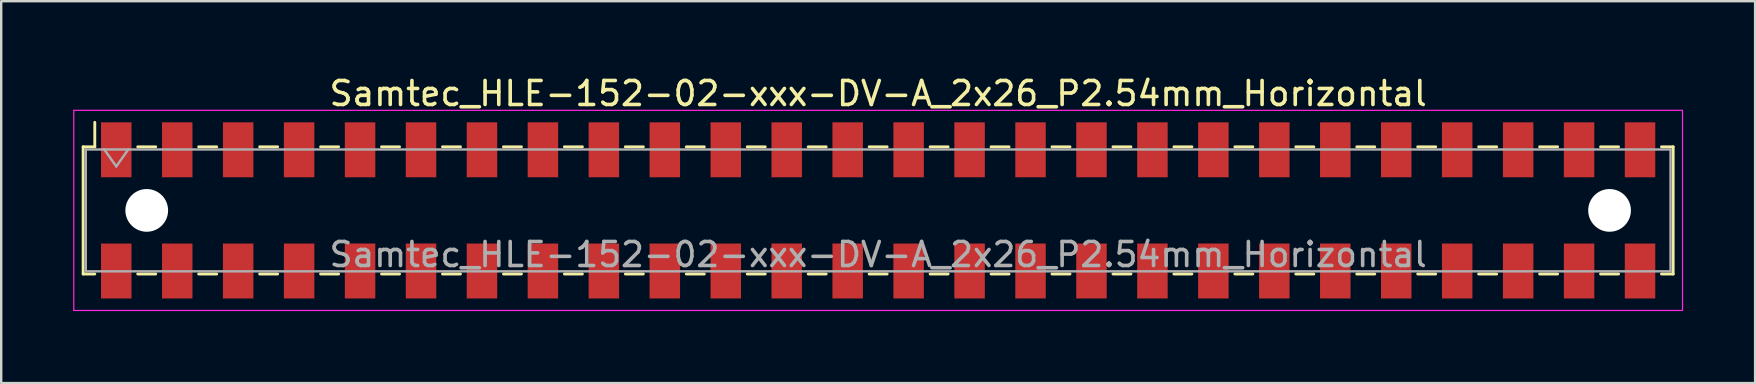
<source format=kicad_pcb>
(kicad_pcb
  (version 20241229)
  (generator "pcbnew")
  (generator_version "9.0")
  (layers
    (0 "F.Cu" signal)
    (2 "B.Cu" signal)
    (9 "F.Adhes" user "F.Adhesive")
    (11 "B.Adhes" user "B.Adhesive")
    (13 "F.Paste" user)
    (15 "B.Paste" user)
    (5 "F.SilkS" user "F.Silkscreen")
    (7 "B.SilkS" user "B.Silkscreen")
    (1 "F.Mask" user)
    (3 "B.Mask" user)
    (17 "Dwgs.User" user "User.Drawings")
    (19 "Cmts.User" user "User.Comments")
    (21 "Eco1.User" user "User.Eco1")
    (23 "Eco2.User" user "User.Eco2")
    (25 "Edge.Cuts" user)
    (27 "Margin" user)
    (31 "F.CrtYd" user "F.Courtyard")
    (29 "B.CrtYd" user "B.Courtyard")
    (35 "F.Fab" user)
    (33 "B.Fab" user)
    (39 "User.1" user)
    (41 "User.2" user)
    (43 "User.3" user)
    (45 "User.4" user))
  (footprint "Samtec_HLE-152-02-xxx-DV-A_2x26_P2.54mm_Horizontal"
    (layer "F.Cu")
    (at 33.545 5.718)
    (property "Reference" "Samtec_HLE-152-02-xxx-DV-A_2x26_P2.54mm_Horizontal" (at 0 -4.87 0) (layer "F.SilkS") (effects (font (size 1 1) (thickness 0.15))))
    (attr smd)
    (fp_line (start -33.13 -2.65) (end -33.13 2.65) (stroke (width 0.12) (type solid)) (layer "F.SilkS"))
    (fp_line (start -33.13 2.65) (end -32.645 2.65) (stroke (width 0.12) (type solid)) (layer "F.SilkS"))
    (fp_line (start -32.645 -3.67) (end -32.645 -2.65) (stroke (width 0.12) (type solid)) (layer "F.SilkS"))
    (fp_line (start -32.645 -2.65) (end -33.13 -2.65) (stroke (width 0.12) (type solid)) (layer "F.SilkS"))
    (fp_line (start -30.855 -2.65) (end -30.105 -2.65) (stroke (width 0.12) (type solid)) (layer "F.SilkS"))
    (fp_line (start -30.855 2.65) (end -30.105 2.65) (stroke (width 0.12) (type solid)) (layer "F.SilkS"))
    (fp_line (start -28.315 -2.65) (end -27.565 -2.65) (stroke (width 0.12) (type solid)) (layer "F.SilkS"))
    (fp_line (start -28.315 2.65) (end -27.565 2.65) (stroke (width 0.12) (type solid)) (layer "F.SilkS"))
    (fp_line (start -25.775 -2.65) (end -25.025 -2.65) (stroke (width 0.12) (type solid)) (layer "F.SilkS"))
    (fp_line (start -25.775 2.65) (end -25.025 2.65) (stroke (width 0.12) (type solid)) (layer "F.SilkS"))
    (fp_line (start -23.235 -2.65) (end -22.485 -2.65) (stroke (width 0.12) (type solid)) (layer "F.SilkS"))
    (fp_line (start -23.235 2.65) (end -22.485 2.65) (stroke (width 0.12) (type solid)) (layer "F.SilkS"))
    (fp_line (start -20.695 -2.65) (end -19.945 -2.65) (stroke (width 0.12) (type solid)) (layer "F.SilkS"))
    (fp_line (start -20.695 2.65) (end -19.945 2.65) (stroke (width 0.12) (type solid)) (layer "F.SilkS"))
    (fp_line (start -18.155 -2.65) (end -17.405 -2.65) (stroke (width 0.12) (type solid)) (layer "F.SilkS"))
    (fp_line (start -18.155 2.65) (end -17.405 2.65) (stroke (width 0.12) (type solid)) (layer "F.SilkS"))
    (fp_line (start -15.615 -2.65) (end -14.865 -2.65) (stroke (width 0.12) (type solid)) (layer "F.SilkS"))
    (fp_line (start -15.615 2.65) (end -14.865 2.65) (stroke (width 0.12) (type solid)) (layer "F.SilkS"))
    (fp_line (start -13.075 -2.65) (end -12.325 -2.65) (stroke (width 0.12) (type solid)) (layer "F.SilkS"))
    (fp_line (start -13.075 2.65) (end -12.325 2.65) (stroke (width 0.12) (type solid)) (layer "F.SilkS"))
    (fp_line (start -10.535 -2.65) (end -9.785 -2.65) (stroke (width 0.12) (type solid)) (layer "F.SilkS"))
    (fp_line (start -10.535 2.65) (end -9.785 2.65) (stroke (width 0.12) (type solid)) (layer "F.SilkS"))
    (fp_line (start -7.995 -2.65) (end -7.245 -2.65) (stroke (width 0.12) (type solid)) (layer "F.SilkS"))
    (fp_line (start -7.995 2.65) (end -7.245 2.65) (stroke (width 0.12) (type solid)) (layer "F.SilkS"))
    (fp_line (start -5.455 -2.65) (end -4.705 -2.65) (stroke (width 0.12) (type solid)) (layer "F.SilkS"))
    (fp_line (start -5.455 2.65) (end -4.705 2.65) (stroke (width 0.12) (type solid)) (layer "F.SilkS"))
    (fp_line (start -2.915 -2.65) (end -2.165 -2.65) (stroke (width 0.12) (type solid)) (layer "F.SilkS"))
    (fp_line (start -2.915 2.65) (end -2.165 2.65) (stroke (width 0.12) (type solid)) (layer "F.SilkS"))
    (fp_line (start -0.375 -2.65) (end 0.375 -2.65) (stroke (width 0.12) (type solid)) (layer "F.SilkS"))
    (fp_line (start -0.375 2.65) (end 0.375 2.65) (stroke (width 0.12) (type solid)) (layer "F.SilkS"))
    (fp_line (start 2.165 -2.65) (end 2.915 -2.65) (stroke (width 0.12) (type solid)) (layer "F.SilkS"))
    (fp_line (start 2.165 2.65) (end 2.915 2.65) (stroke (width 0.12) (type solid)) (layer "F.SilkS"))
    (fp_line (start 4.705 -2.65) (end 5.455 -2.65) (stroke (width 0.12) (type solid)) (layer "F.SilkS"))
    (fp_line (start 4.705 2.65) (end 5.455 2.65) (stroke (width 0.12) (type solid)) (layer "F.SilkS"))
    (fp_line (start 7.245 -2.65) (end 7.995 -2.65) (stroke (width 0.12) (type solid)) (layer "F.SilkS"))
    (fp_line (start 7.245 2.65) (end 7.995 2.65) (stroke (width 0.12) (type solid)) (layer "F.SilkS"))
    (fp_line (start 9.785 -2.65) (end 10.535 -2.65) (stroke (width 0.12) (type solid)) (layer "F.SilkS"))
    (fp_line (start 9.785 2.65) (end 10.535 2.65) (stroke (width 0.12) (type solid)) (layer "F.SilkS"))
    (fp_line (start 12.325 -2.65) (end 13.075 -2.65) (stroke (width 0.12) (type solid)) (layer "F.SilkS"))
    (fp_line (start 12.325 2.65) (end 13.075 2.65) (stroke (width 0.12) (type solid)) (layer "F.SilkS"))
    (fp_line (start 14.865 -2.65) (end 15.615 -2.65) (stroke (width 0.12) (type solid)) (layer "F.SilkS"))
    (fp_line (start 14.865 2.65) (end 15.615 2.65) (stroke (width 0.12) (type solid)) (layer "F.SilkS"))
    (fp_line (start 17.405 -2.65) (end 18.155 -2.65) (stroke (width 0.12) (type solid)) (layer "F.SilkS"))
    (fp_line (start 17.405 2.65) (end 18.155 2.65) (stroke (width 0.12) (type solid)) (layer "F.SilkS"))
    (fp_line (start 19.945 -2.65) (end 20.695 -2.65) (stroke (width 0.12) (type solid)) (layer "F.SilkS"))
    (fp_line (start 19.945 2.65) (end 20.695 2.65) (stroke (width 0.12) (type solid)) (layer "F.SilkS"))
    (fp_line (start 22.485 -2.65) (end 23.235 -2.65) (stroke (width 0.12) (type solid)) (layer "F.SilkS"))
    (fp_line (start 22.485 2.65) (end 23.235 2.65) (stroke (width 0.12) (type solid)) (layer "F.SilkS"))
    (fp_line (start 25.025 -2.65) (end 25.775 -2.65) (stroke (width 0.12) (type solid)) (layer "F.SilkS"))
    (fp_line (start 25.025 2.65) (end 25.775 2.65) (stroke (width 0.12) (type solid)) (layer "F.SilkS"))
    (fp_line (start 27.565 -2.65) (end 28.315 -2.65) (stroke (width 0.12) (type solid)) (layer "F.SilkS"))
    (fp_line (start 27.565 2.65) (end 28.315 2.65) (stroke (width 0.12) (type solid)) (layer "F.SilkS"))
    (fp_line (start 30.105 -2.65) (end 30.855 -2.65) (stroke (width 0.12) (type solid)) (layer "F.SilkS"))
    (fp_line (start 30.105 2.65) (end 30.855 2.65) (stroke (width 0.12) (type solid)) (layer "F.SilkS"))
    (fp_line (start 32.645 -2.65) (end 33.13 -2.65) (stroke (width 0.12) (type solid)) (layer "F.SilkS"))
    (fp_line (start 33.13 -2.65) (end 33.13 2.65) (stroke (width 0.12) (type solid)) (layer "F.SilkS"))
    (fp_line (start 33.13 2.65) (end 32.645 2.65) (stroke (width 0.12) (type solid)) (layer "F.SilkS"))
    (fp_line (start -33.52 -4.17) (end 33.52 -4.17) (stroke (width 0.05) (type solid)) (layer "F.CrtYd"))
    (fp_line (start -33.52 4.17) (end -33.52 -4.17) (stroke (width 0.05) (type solid)) (layer "F.CrtYd"))
    (fp_line (start 33.52 -4.17) (end 33.52 4.17) (stroke (width 0.05) (type solid)) (layer "F.CrtYd"))
    (fp_line (start 33.52 4.17) (end -33.52 4.17) (stroke (width 0.05) (type solid)) (layer "F.CrtYd"))
    (fp_line (start -33.02 -2.54) (end 33.02 -2.54) (stroke (width 0.1) (type solid)) (layer "F.Fab"))
    (fp_line (start -33.02 2.54) (end -33.02 -2.54) (stroke (width 0.1) (type solid)) (layer "F.Fab"))
    (fp_line (start -32.25 -2.54) (end -31.75 -1.833) (stroke (width 0.1) (type solid)) (layer "F.Fab"))
    (fp_line (start -31.75 -1.833) (end -31.25 -2.54) (stroke (width 0.1) (type solid)) (layer "F.Fab"))
    (fp_line (start 33.02 -2.54) (end 33.02 2.54) (stroke (width 0.1) (type solid)) (layer "F.Fab"))
    (fp_line (start 33.02 2.54) (end -33.02 2.54) (stroke (width 0.1) (type solid)) (layer "F.Fab"))
    (fp_text user "${REFERENCE}" (at 0 1.84 0) (layer "F.Fab") (effects (font (size 1 1) (thickness 0.15))))
    (pad "" np_thru_hole circle (at -30.48 0) (size 1.78 1.78) (drill 1.78) (layers "*.Cu" "*.Mask"))
    (pad "" np_thru_hole circle (at 30.48 0) (size 1.78 1.78) (drill 1.78) (layers "*.Cu" "*.Mask"))
    (pad "1" smd rect (at -31.75 -2.525) (size 1.27 2.29) (layers "F.Cu" "F.Mask" "F.Paste"))
    (pad "2" smd rect (at -31.75 2.525) (size 1.27 2.29) (layers "F.Cu" "F.Mask" "F.Paste"))
    (pad "3" smd rect (at -29.21 -2.525) (size 1.27 2.29) (layers "F.Cu" "F.Mask" "F.Paste"))
    (pad "4" smd rect (at -29.21 2.525) (size 1.27 2.29) (layers "F.Cu" "F.Mask" "F.Paste"))
    (pad "5" smd rect (at -26.67 -2.525) (size 1.27 2.29) (layers "F.Cu" "F.Mask" "F.Paste"))
    (pad "6" smd rect (at -26.67 2.525) (size 1.27 2.29) (layers "F.Cu" "F.Mask" "F.Paste"))
    (pad "7" smd rect (at -24.13 -2.525) (size 1.27 2.29) (layers "F.Cu" "F.Mask" "F.Paste"))
    (pad "8" smd rect (at -24.13 2.525) (size 1.27 2.29) (layers "F.Cu" "F.Mask" "F.Paste"))
    (pad "9" smd rect (at -21.59 -2.525) (size 1.27 2.29) (layers "F.Cu" "F.Mask" "F.Paste"))
    (pad "10" smd rect (at -21.59 2.525) (size 1.27 2.29) (layers "F.Cu" "F.Mask" "F.Paste"))
    (pad "11" smd rect (at -19.05 -2.525) (size 1.27 2.29) (layers "F.Cu" "F.Mask" "F.Paste"))
    (pad "12" smd rect (at -19.05 2.525) (size 1.27 2.29) (layers "F.Cu" "F.Mask" "F.Paste"))
    (pad "13" smd rect (at -16.51 -2.525) (size 1.27 2.29) (layers "F.Cu" "F.Mask" "F.Paste"))
    (pad "14" smd rect (at -16.51 2.525) (size 1.27 2.29) (layers "F.Cu" "F.Mask" "F.Paste"))
    (pad "15" smd rect (at -13.97 -2.525) (size 1.27 2.29) (layers "F.Cu" "F.Mask" "F.Paste"))
    (pad "16" smd rect (at -13.97 2.525) (size 1.27 2.29) (layers "F.Cu" "F.Mask" "F.Paste"))
    (pad "17" smd rect (at -11.43 -2.525) (size 1.27 2.29) (layers "F.Cu" "F.Mask" "F.Paste"))
    (pad "18" smd rect (at -11.43 2.525) (size 1.27 2.29) (layers "F.Cu" "F.Mask" "F.Paste"))
    (pad "19" smd rect (at -8.89 -2.525) (size 1.27 2.29) (layers "F.Cu" "F.Mask" "F.Paste"))
    (pad "20" smd rect (at -8.89 2.525) (size 1.27 2.29) (layers "F.Cu" "F.Mask" "F.Paste"))
    (pad "21" smd rect (at -6.35 -2.525) (size 1.27 2.29) (layers "F.Cu" "F.Mask" "F.Paste"))
    (pad "22" smd rect (at -6.35 2.525) (size 1.27 2.29) (layers "F.Cu" "F.Mask" "F.Paste"))
    (pad "23" smd rect (at -3.81 -2.525) (size 1.27 2.29) (layers "F.Cu" "F.Mask" "F.Paste"))
    (pad "24" smd rect (at -3.81 2.525) (size 1.27 2.29) (layers "F.Cu" "F.Mask" "F.Paste"))
    (pad "25" smd rect (at -1.27 -2.525) (size 1.27 2.29) (layers "F.Cu" "F.Mask" "F.Paste"))
    (pad "26" smd rect (at -1.27 2.525) (size 1.27 2.29) (layers "F.Cu" "F.Mask" "F.Paste"))
    (pad "27" smd rect (at 1.27 -2.525) (size 1.27 2.29) (layers "F.Cu" "F.Mask" "F.Paste"))
    (pad "28" smd rect (at 1.27 2.525) (size 1.27 2.29) (layers "F.Cu" "F.Mask" "F.Paste"))
    (pad "29" smd rect (at 3.81 -2.525) (size 1.27 2.29) (layers "F.Cu" "F.Mask" "F.Paste"))
    (pad "30" smd rect (at 3.81 2.525) (size 1.27 2.29) (layers "F.Cu" "F.Mask" "F.Paste"))
    (pad "31" smd rect (at 6.35 -2.525) (size 1.27 2.29) (layers "F.Cu" "F.Mask" "F.Paste"))
    (pad "32" smd rect (at 6.35 2.525) (size 1.27 2.29) (layers "F.Cu" "F.Mask" "F.Paste"))
    (pad "33" smd rect (at 8.89 -2.525) (size 1.27 2.29) (layers "F.Cu" "F.Mask" "F.Paste"))
    (pad "34" smd rect (at 8.89 2.525) (size 1.27 2.29) (layers "F.Cu" "F.Mask" "F.Paste"))
    (pad "35" smd rect (at 11.43 -2.525) (size 1.27 2.29) (layers "F.Cu" "F.Mask" "F.Paste"))
    (pad "36" smd rect (at 11.43 2.525) (size 1.27 2.29) (layers "F.Cu" "F.Mask" "F.Paste"))
    (pad "37" smd rect (at 13.97 -2.525) (size 1.27 2.29) (layers "F.Cu" "F.Mask" "F.Paste"))
    (pad "38" smd rect (at 13.97 2.525) (size 1.27 2.29) (layers "F.Cu" "F.Mask" "F.Paste"))
    (pad "39" smd rect (at 16.51 -2.525) (size 1.27 2.29) (layers "F.Cu" "F.Mask" "F.Paste"))
    (pad "40" smd rect (at 16.51 2.525) (size 1.27 2.29) (layers "F.Cu" "F.Mask" "F.Paste"))
    (pad "41" smd rect (at 19.05 -2.525) (size 1.27 2.29) (layers "F.Cu" "F.Mask" "F.Paste"))
    (pad "42" smd rect (at 19.05 2.525) (size 1.27 2.29) (layers "F.Cu" "F.Mask" "F.Paste"))
    (pad "43" smd rect (at 21.59 -2.525) (size 1.27 2.29) (layers "F.Cu" "F.Mask" "F.Paste"))
    (pad "44" smd rect (at 21.59 2.525) (size 1.27 2.29) (layers "F.Cu" "F.Mask" "F.Paste"))
    (pad "45" smd rect (at 24.13 -2.525) (size 1.27 2.29) (layers "F.Cu" "F.Mask" "F.Paste"))
    (pad "46" smd rect (at 24.13 2.525) (size 1.27 2.29) (layers "F.Cu" "F.Mask" "F.Paste"))
    (pad "47" smd rect (at 26.67 -2.525) (size 1.27 2.29) (layers "F.Cu" "F.Mask" "F.Paste"))
    (pad "48" smd rect (at 26.67 2.525) (size 1.27 2.29) (layers "F.Cu" "F.Mask" "F.Paste"))
    (pad "49" smd rect (at 29.21 -2.525) (size 1.27 2.29) (layers "F.Cu" "F.Mask" "F.Paste"))
    (pad "50" smd rect (at 29.21 2.525) (size 1.27 2.29) (layers "F.Cu" "F.Mask" "F.Paste"))
    (pad "51" smd rect (at 31.75 -2.525) (size 1.27 2.29) (layers "F.Cu" "F.Mask" "F.Paste"))
    (pad "52" smd rect (at 31.75 2.525) (size 1.27 2.29) (layers "F.Cu" "F.Mask" "F.Paste")))
  (gr_rect
    (start -3 -3)
    (end 70.09 12.913)
    (stroke (width 0.1) (type default))
    (fill no)
    (layer "Edge.Cuts")))
</source>
